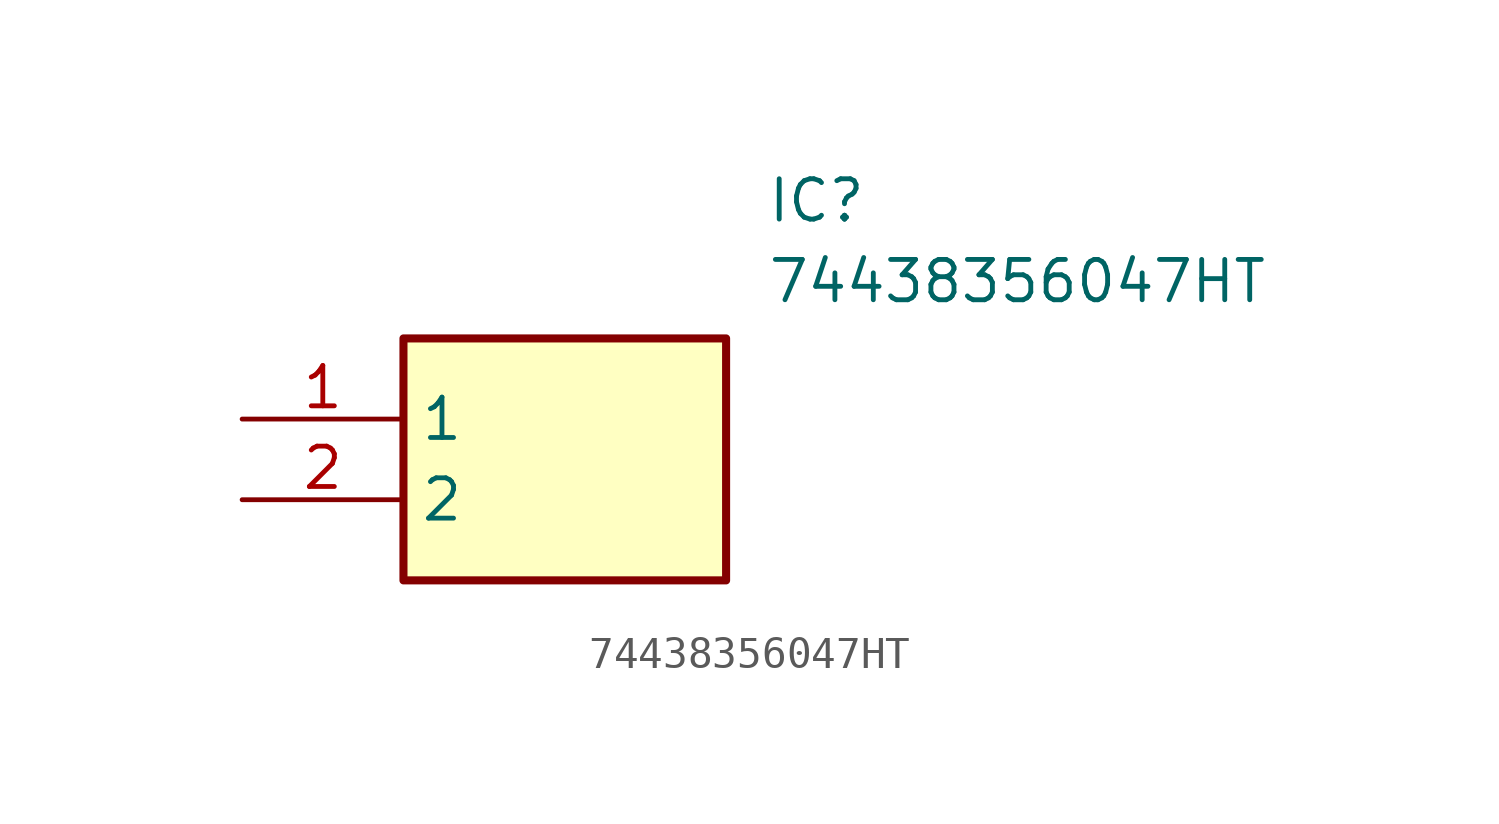
<source format=kicad_sym>
(kicad_symbol_lib
  (version 20211014)
  (generator SamacSys_ECAD_Model)
  (symbol "74438356047HT"
    (property "Reference" "IC"
      (at 16.51 7.62 0)
      (effects (font (size 1.27 1.27)) (justify left top)))
    (property "Value" "74438356047HT"
      (at 16.51 5.08 0)
      (effects (font (size 1.27 1.27)) (justify left top)))
    (rectangle
      (start 5.08 2.54)
      (end 15.24 -5.08)
      (stroke (width 0.254) (type default))
      (fill (type background)))
    (pin passive line
      (at 0 0 0)
      (length 5.08)
      (name "1" (effects (font (size 1.27 1.27))))
      (number "1" (effects (font (size 1.27 1.27)))))
    (pin passive line
      (at 0 -2.54 0)
      (length 5.08)
      (name "2" (effects (font (size 1.27 1.27))))
      (number "2" (effects (font (size 1.27 1.27)))))))
</source>
